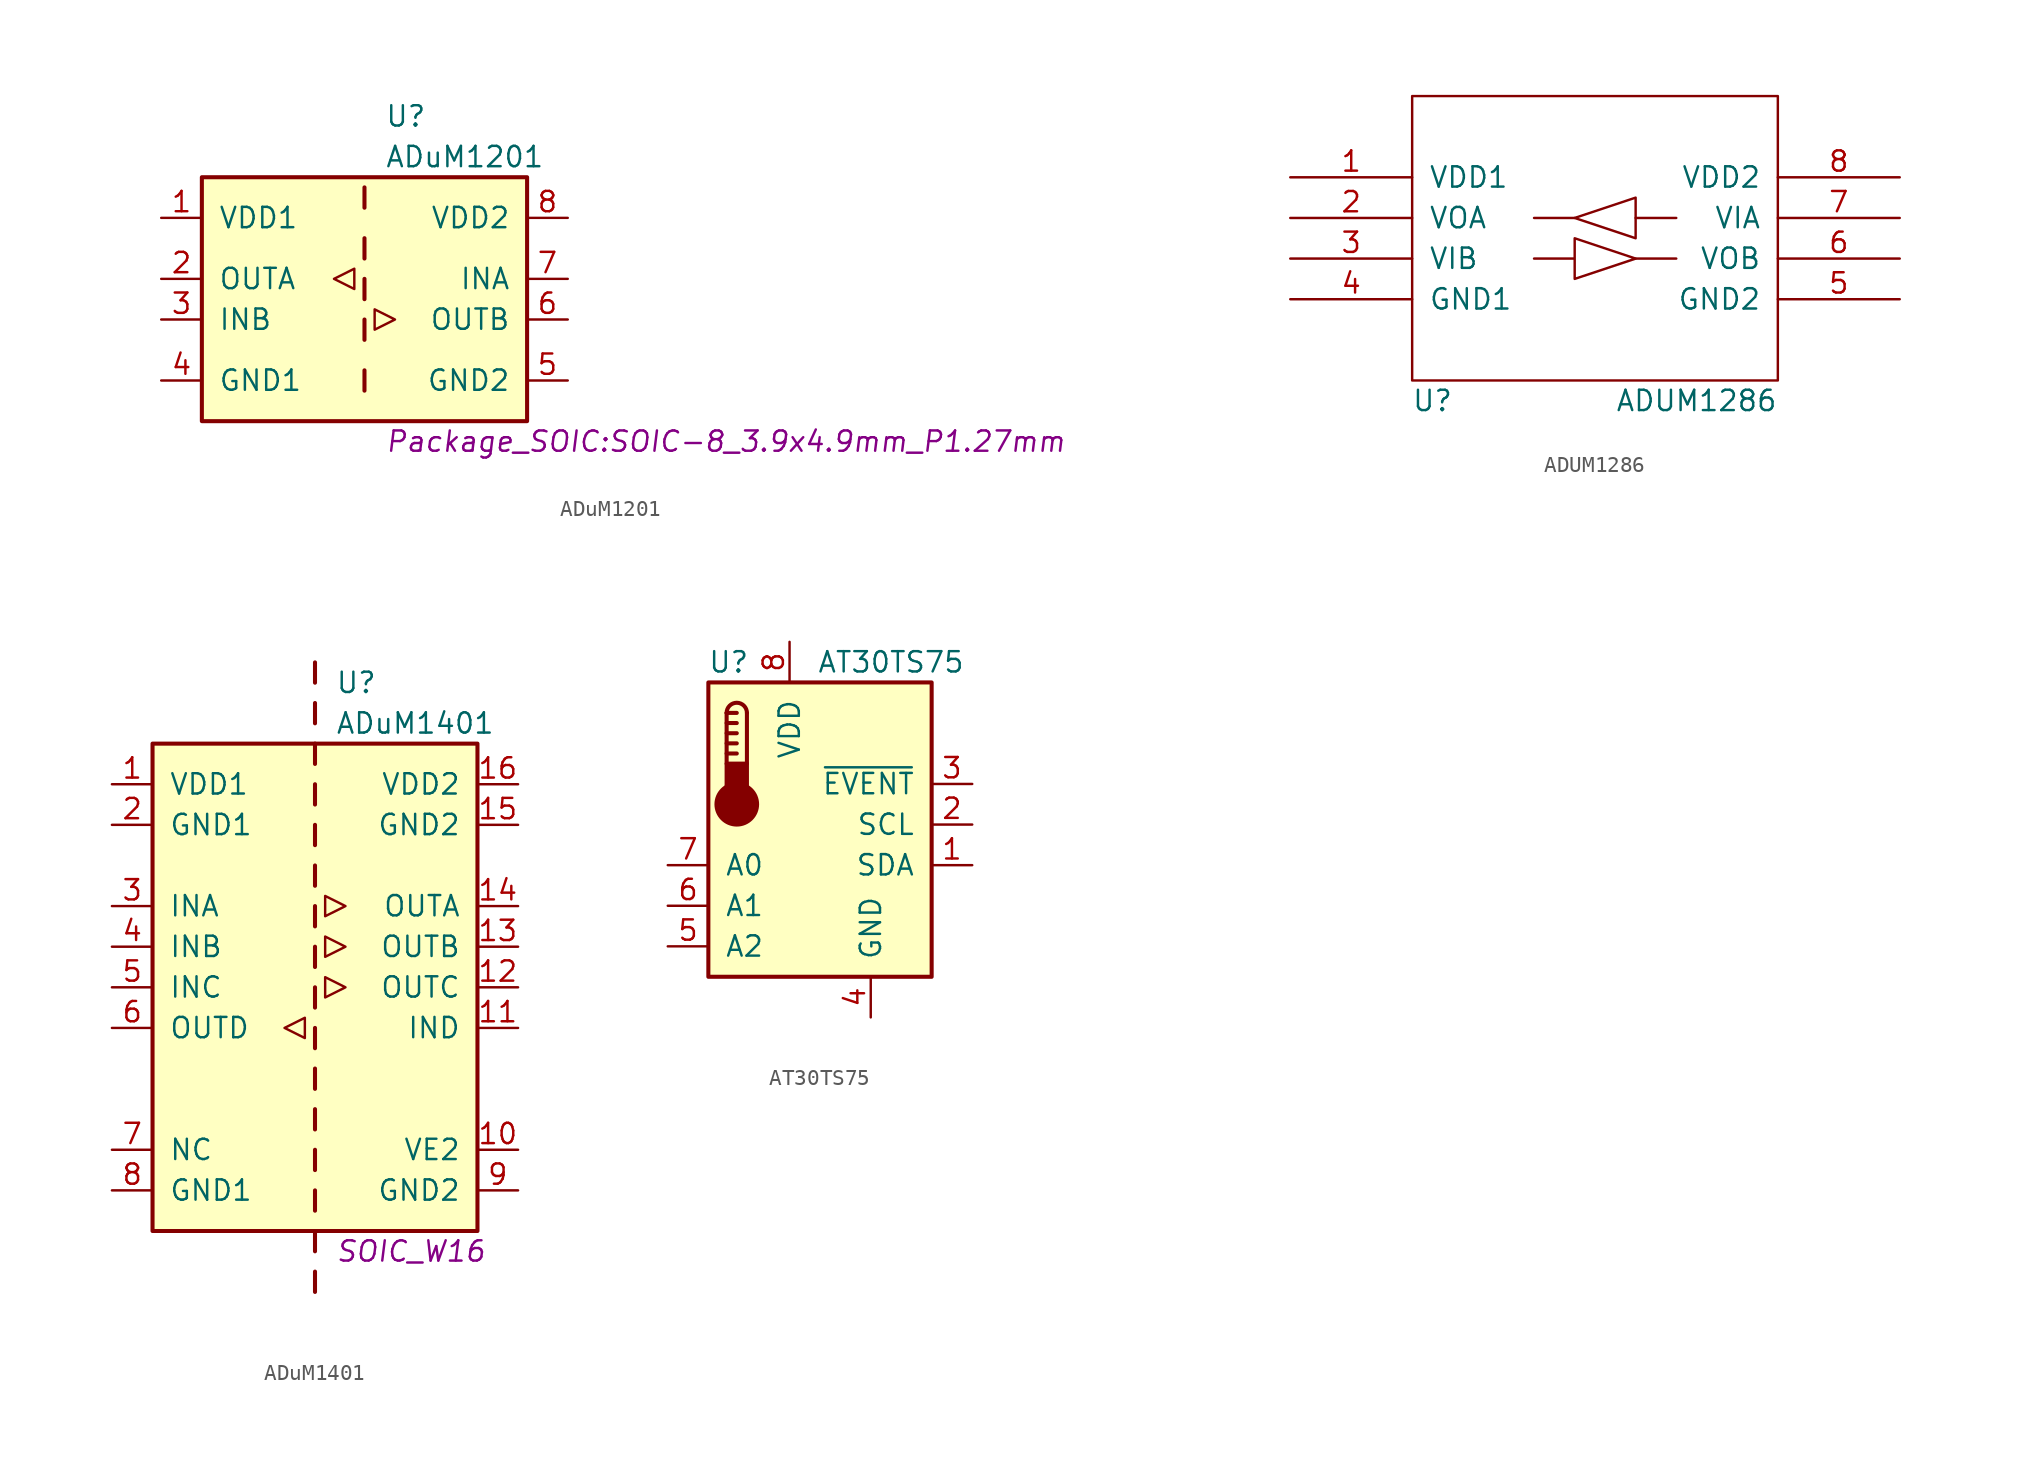
<source format=kicad_sym>
(kicad_symbol_lib
  (version 20211014)
  (generator kicad_symbol_editor)
  (symbol "ADuM1201"
    (pin_names
      (offset 1.016))
    (property "Reference" "U"
      (at 1.27 19.05 0)
      (effects (font (size 1.27 1.27)) (justify left)))
    (property "Value" "ADuM1201"
      (at 1.27 16.51 0)
      (effects (font (size 1.27 1.27)) (justify left)))
    (property "Footprint" "Package_SOIC:SOIC-8_3.9x4.9mm_P1.27mm"
      (at 1.27 -1.27 0)
      (effects (font (size 1.27 1.27) italic) (justify left)))
    (property "Datasheet" ""
      (at 0 12.7 0)
      (effects (font (size 1.27 1.27))))
    (symbol "ADuM1201_0_1"
      (polyline (pts (xy -1.905 8.89) (xy -0.635 9.525) (xy -0.635 8.255) (xy -1.905 8.89)) (stroke (width 0) (type default) (color 0 0 0 0)) (fill (type none)))
      (polyline (pts (xy 0.635 6.985) (xy 0.635 5.715) (xy 1.905 6.35) (xy 0.635 6.985)) (stroke (width 0) (type default) (color 0 0 0 0)) (fill (type none))))
    (symbol "ADuM1201_1_1"
      (rectangle (start -10.16 15.24) (end 10.16 0) (stroke (width 0.254) (type default) (color 0 0 0 0)) (fill (type background)))
      (polyline (pts (xy 0 3.175) (xy 0 1.905)) (stroke (width 0.254) (type default) (color 0 0 0 0)) (fill (type none)))
      (polyline (pts (xy 0 6.35) (xy 0 5.08)) (stroke (width 0.254) (type default) (color 0 0 0 0)) (fill (type none)))
      (polyline (pts (xy 0 8.89) (xy 0 7.62)) (stroke (width 0.254) (type default) (color 0 0 0 0)) (fill (type none)))
      (polyline (pts (xy 0 11.43) (xy 0 10.16)) (stroke (width 0.254) (type default) (color 0 0 0 0)) (fill (type none)))
      (polyline (pts (xy 0 14.605) (xy 0 13.335)) (stroke (width 0.254) (type default) (color 0 0 0 0)) (fill (type none)))
      (pin power_in line (at -12.7 12.7 0) (length 2.54) (name "VDD1" (effects (font (size 1.27 1.27)))) (number "1" (effects (font (size 1.27 1.27)))))
      (pin output line (at -12.7 8.89 0) (length 2.54) (name "OUTA" (effects (font (size 1.27 1.27)))) (number "2" (effects (font (size 1.27 1.27)))))
      (pin input line (at -12.7 6.35 0) (length 2.54) (name "INB" (effects (font (size 1.27 1.27)))) (number "3" (effects (font (size 1.27 1.27)))))
      (pin power_in line (at -12.7 2.54 0) (length 2.54) (name "GND1" (effects (font (size 1.27 1.27)))) (number "4" (effects (font (size 1.27 1.27)))))
      (pin power_in line (at 12.7 2.54 180) (length 2.54) (name "GND2" (effects (font (size 1.27 1.27)))) (number "5" (effects (font (size 1.27 1.27)))))
      (pin output line (at 12.7 6.35 180) (length 2.54) (name "OUTB" (effects (font (size 1.27 1.27)))) (number "6" (effects (font (size 1.27 1.27)))))
      (pin input line (at 12.7 8.89 180) (length 2.54) (name "INA" (effects (font (size 1.27 1.27)))) (number "7" (effects (font (size 1.27 1.27)))))
      (pin power_in line (at 12.7 12.7 180) (length 2.54) (name "VDD2" (effects (font (size 1.27 1.27)))) (number "8" (effects (font (size 1.27 1.27)))))))
  (symbol "ADUM1286"
    (pin_names
      (offset 1.016))
    (property "Reference" "U"
      (at -10.16 -10.16 0)
      (effects (font (size 1.27 1.27))))
    (property "Value" "ADUM1286"
      (at 6.35 -10.16 0)
      (effects (font (size 1.27 1.27))))
    (symbol "ADUM1286_0_1"
      (polyline (pts (xy -1.27 1.27) (xy -3.81 1.27)) (stroke (width 0) (type default) (color 0 0 0 0)) (fill (type none)))
      (polyline (pts (xy 2.54 -1.27) (xy 5.08 -1.27)) (stroke (width 0) (type default) (color 0 0 0 0)) (fill (type none)))
      (polyline (pts (xy 2.54 1.27) (xy 5.08 1.27)) (stroke (width 0) (type default) (color 0 0 0 0)) (fill (type none)))
      (polyline (pts (xy 2.54 2.54) (xy 2.54 0) (xy -1.27 1.27) (xy 2.54 2.54)) (stroke (width 0) (type default) (color 0 0 0 0)) (fill (type none)))
      (polyline (pts (xy -3.81 -1.27) (xy -1.27 -1.27) (xy -1.27 0) (xy 2.54 -1.27) (xy -1.27 -2.54) (xy -1.27 -1.27)) (stroke (width 0) (type default) (color 0 0 0 0)) (fill (type none))))
    (symbol "ADUM1286_1_0"
      (rectangle (start -11.43 -8.89) (end 11.43 8.89) (stroke (width 0) (type default) (color 0 0 0 0)) (fill (type none))))
    (symbol "ADUM1286_1_1"
      (pin input line (at -19.05 3.81 0) (length 7.62) (name "VDD1" (effects (font (size 1.27 1.27)))) (number "1" (effects (font (size 1.27 1.27)))))
      (pin input line (at -19.05 1.27 0) (length 7.62) (name "VOA" (effects (font (size 1.27 1.27)))) (number "2" (effects (font (size 1.27 1.27)))))
      (pin input line (at -19.05 -1.27 0) (length 7.62) (name "VIB" (effects (font (size 1.27 1.27)))) (number "3" (effects (font (size 1.27 1.27)))))
      (pin input line (at -19.05 -3.81 0) (length 7.62) (name "GND1" (effects (font (size 1.27 1.27)))) (number "4" (effects (font (size 1.27 1.27)))))
      (pin input line (at 19.05 -3.81 180) (length 7.62) (name "GND2" (effects (font (size 1.27 1.27)))) (number "5" (effects (font (size 1.27 1.27)))))
      (pin input line (at 19.05 -1.27 180) (length 7.62) (name "VOB" (effects (font (size 1.27 1.27)))) (number "6" (effects (font (size 1.27 1.27)))))
      (pin input line (at 19.05 1.27 180) (length 7.62) (name "VIA" (effects (font (size 1.27 1.27)))) (number "7" (effects (font (size 1.27 1.27)))))
      (pin input line (at 19.05 3.81 180) (length 7.62) (name "VDD2" (effects (font (size 1.27 1.27)))) (number "8" (effects (font (size 1.27 1.27)))))))
  (symbol "ADuM1401"
    (pin_names
      (offset 1.016))
    (property "Reference" "U"
      (at 1.27 19.05 0)
      (effects (font (size 1.27 1.27)) (justify left)))
    (property "Value" "ADuM1401"
      (at 1.27 16.51 0)
      (effects (font (size 1.27 1.27)) (justify left)))
    (property "Footprint" "SOIC_W16"
      (at 1.27 -16.51 0)
      (effects (font (size 1.27 1.27) italic) (justify left)))
    (property "Datasheet" ""
      (at 0 12.7 0)
      (effects (font (size 1.27 1.27))))
    (symbol "ADuM1401_0_1"
      (polyline (pts (xy -1.905 -2.54) (xy -0.635 -1.905) (xy -0.635 -3.175) (xy -1.905 -2.54)) (stroke (width 0) (type default) (color 0 0 0 0)) (fill (type none)))
      (polyline (pts (xy 0.635 0.635) (xy 0.635 -0.635) (xy 1.905 0) (xy 0.635 0.635)) (stroke (width 0) (type default) (color 0 0 0 0)) (fill (type none)))
      (polyline (pts (xy 0.635 3.175) (xy 0.635 1.905) (xy 1.905 2.54) (xy 0.635 3.175)) (stroke (width 0) (type default) (color 0 0 0 0)) (fill (type none)))
      (polyline (pts (xy 0.635 5.715) (xy 0.635 4.445) (xy 1.905 5.08) (xy 0.635 5.715)) (stroke (width 0) (type default) (color 0 0 0 0)) (fill (type none))))
    (symbol "ADuM1401_1_1"
      (rectangle (start -10.16 15.24) (end 10.16 -15.24) (stroke (width 0.254) (type default) (color 0 0 0 0)) (fill (type background)))
      (polyline (pts (xy 0 -17.78) (xy 0 -19.05)) (stroke (width 0.254) (type default) (color 0 0 0 0)) (fill (type none)))
      (polyline (pts (xy 0 -15.24) (xy 0 -16.51)) (stroke (width 0.254) (type default) (color 0 0 0 0)) (fill (type none)))
      (polyline (pts (xy 0 -12.7) (xy 0 -13.97)) (stroke (width 0.254) (type default) (color 0 0 0 0)) (fill (type none)))
      (polyline (pts (xy 0 -10.16) (xy 0 -11.43)) (stroke (width 0.254) (type default) (color 0 0 0 0)) (fill (type none)))
      (polyline (pts (xy 0 -7.62) (xy 0 -8.89)) (stroke (width 0.254) (type default) (color 0 0 0 0)) (fill (type none)))
      (polyline (pts (xy 0 -5.08) (xy 0 -6.35)) (stroke (width 0.254) (type default) (color 0 0 0 0)) (fill (type none)))
      (polyline (pts (xy 0 -2.54) (xy 0 -3.81)) (stroke (width 0.254) (type default) (color 0 0 0 0)) (fill (type none)))
      (polyline (pts (xy 0 0) (xy 0 -1.27)) (stroke (width 0.254) (type default) (color 0 0 0 0)) (fill (type none)))
      (polyline (pts (xy 0 2.54) (xy 0 1.27)) (stroke (width 0.254) (type default) (color 0 0 0 0)) (fill (type none)))
      (polyline (pts (xy 0 5.08) (xy 0 3.81)) (stroke (width 0.254) (type default) (color 0 0 0 0)) (fill (type none)))
      (polyline (pts (xy 0 7.62) (xy 0 6.35)) (stroke (width 0.254) (type default) (color 0 0 0 0)) (fill (type none)))
      (polyline (pts (xy 0 10.16) (xy 0 8.89)) (stroke (width 0.254) (type default) (color 0 0 0 0)) (fill (type none)))
      (polyline (pts (xy 0 12.7) (xy 0 11.43)) (stroke (width 0.254) (type default) (color 0 0 0 0)) (fill (type none)))
      (polyline (pts (xy 0 15.24) (xy 0 13.97)) (stroke (width 0.254) (type default) (color 0 0 0 0)) (fill (type none)))
      (polyline (pts (xy 0 16.51) (xy 0 17.78)) (stroke (width 0.254) (type default) (color 0 0 0 0)) (fill (type none)))
      (polyline (pts (xy 0 19.05) (xy 0 20.32)) (stroke (width 0.254) (type default) (color 0 0 0 0)) (fill (type none)))
      (pin power_in line (at -12.7 12.7 0) (length 2.54) (name "VDD1" (effects (font (size 1.27 1.27)))) (number "1" (effects (font (size 1.27 1.27)))))
      (pin power_in line (at 12.7 -10.16 180) (length 2.54) (name "VE2" (effects (font (size 1.27 1.27)))) (number "10" (effects (font (size 1.27 1.27)))))
      (pin input line (at 12.7 -2.54 180) (length 2.54) (name "IND" (effects (font (size 1.27 1.27)))) (number "11" (effects (font (size 1.27 1.27)))))
      (pin output line (at 12.7 0 180) (length 2.54) (name "OUTC" (effects (font (size 1.27 1.27)))) (number "12" (effects (font (size 1.27 1.27)))))
      (pin output line (at 12.7 2.54 180) (length 2.54) (name "OUTB" (effects (font (size 1.27 1.27)))) (number "13" (effects (font (size 1.27 1.27)))))
      (pin output line (at 12.7 5.08 180) (length 2.54) (name "OUTA" (effects (font (size 1.27 1.27)))) (number "14" (effects (font (size 1.27 1.27)))))
      (pin input line (at 12.7 10.16 180) (length 2.54) (name "GND2" (effects (font (size 1.27 1.27)))) (number "15" (effects (font (size 1.27 1.27)))))
      (pin power_in line (at 12.7 12.7 180) (length 2.54) (name "VDD2" (effects (font (size 1.27 1.27)))) (number "16" (effects (font (size 1.27 1.27)))))
      (pin power_in line (at -12.7 10.16 0) (length 2.54) (name "GND1" (effects (font (size 1.27 1.27)))) (number "2" (effects (font (size 1.27 1.27)))))
      (pin input line (at -12.7 5.08 0) (length 2.54) (name "INA" (effects (font (size 1.27 1.27)))) (number "3" (effects (font (size 1.27 1.27)))))
      (pin input line (at -12.7 2.54 0) (length 2.54) (name "INB" (effects (font (size 1.27 1.27)))) (number "4" (effects (font (size 1.27 1.27)))))
      (pin input line (at -12.7 0 0) (length 2.54) (name "INC" (effects (font (size 1.27 1.27)))) (number "5" (effects (font (size 1.27 1.27)))))
      (pin output line (at -12.7 -2.54 0) (length 2.54) (name "OUTD" (effects (font (size 1.27 1.27)))) (number "6" (effects (font (size 1.27 1.27)))))
      (pin power_in line (at -12.7 -10.16 0) (length 2.54) (name "NC" (effects (font (size 1.27 1.27)))) (number "7" (effects (font (size 1.27 1.27)))))
      (pin power_in line (at -12.7 -12.7 0) (length 2.54) (name "GND1" (effects (font (size 1.27 1.27)))) (number "8" (effects (font (size 1.27 1.27)))))
      (pin power_in line (at 12.7 -12.7 180) (length 2.54) (name "GND2" (effects (font (size 1.27 1.27)))) (number "9" (effects (font (size 1.27 1.27)))))))
  (symbol "AT30TS75"
    (pin_names
      (offset 1.016))
    (property "Reference" "U"
      (at -3.81 6.35 0)
      (effects (font (size 1.27 1.27))))
    (property "Value" "AT30TS75"
      (at 6.35 6.35 0)
      (effects (font (size 1.27 1.27))))
    (symbol "AT30TS75_0_1"
      (rectangle (start -5.08 5.08) (end 8.89 -13.335) (stroke (width 0.254) (type default) (color 0 0 0 0)) (fill (type background)))
      (circle (center -3.302 -2.54) (radius 1.27) (stroke (width 0.254) (type default) (color 0 0 0 0)) (fill (type outline)))
      (rectangle (start -2.667 -1.905) (end -3.937 0) (stroke (width 0.254) (type default) (color 0 0 0 0)) (fill (type outline)))
      (arc (start -2.667 3.175) (mid -3.302 3.81) (end -3.937 3.175) (stroke (width 0.254) (type default) (color 0 0 0 0)) (fill (type none)))
      (polyline (pts (xy -3.937 0.635) (xy -3.302 0.635)) (stroke (width 0.254) (type default) (color 0 0 0 0)) (fill (type none)))
      (polyline (pts (xy -3.937 1.27) (xy -3.302 1.27)) (stroke (width 0.254) (type default) (color 0 0 0 0)) (fill (type none)))
      (polyline (pts (xy -3.937 1.905) (xy -3.302 1.905)) (stroke (width 0.254) (type default) (color 0 0 0 0)) (fill (type none)))
      (polyline (pts (xy -3.937 2.54) (xy -3.302 2.54)) (stroke (width 0.254) (type default) (color 0 0 0 0)) (fill (type none)))
      (polyline (pts (xy -3.937 3.175) (xy -3.937 0)) (stroke (width 0.254) (type default) (color 0 0 0 0)) (fill (type none)))
      (polyline (pts (xy -3.937 3.175) (xy -3.302 3.175)) (stroke (width 0.254) (type default) (color 0 0 0 0)) (fill (type none)))
      (polyline (pts (xy -2.667 3.175) (xy -2.667 0)) (stroke (width 0.254) (type default) (color 0 0 0 0)) (fill (type none))))
    (symbol "AT30TS75_1_1"
      (pin bidirectional line (at 11.43 -6.35 180) (length 2.54) (name "SDA" (effects (font (size 1.27 1.27)))) (number "1" (effects (font (size 1.27 1.27)))))
      (pin input line (at 11.43 -3.81 180) (length 2.54) (name "SCL" (effects (font (size 1.27 1.27)))) (number "2" (effects (font (size 1.27 1.27)))))
      (pin output line (at 11.43 -1.27 180) (length 2.54) (name "~{EVENT}" (effects (font (size 1.27 1.27)))) (number "3" (effects (font (size 1.27 1.27)))))
      (pin power_in line (at 5.08 -15.875 90) (length 2.54) (name "GND" (effects (font (size 1.27 1.27)))) (number "4" (effects (font (size 1.27 1.27)))))
      (pin input line (at -7.62 -11.43 0) (length 2.54) (name "A2" (effects (font (size 1.27 1.27)))) (number "5" (effects (font (size 1.27 1.27)))))
      (pin input line (at -7.62 -8.89 0) (length 2.54) (name "A1" (effects (font (size 1.27 1.27)))) (number "6" (effects (font (size 1.27 1.27)))))
      (pin input line (at -7.62 -6.35 0) (length 2.54) (name "A0" (effects (font (size 1.27 1.27)))) (number "7" (effects (font (size 1.27 1.27)))))
      (pin power_in line (at 0 7.62 270) (length 2.54) (name "VDD" (effects (font (size 1.27 1.27)))) (number "8" (effects (font (size 1.27 1.27))))))))
</source>
